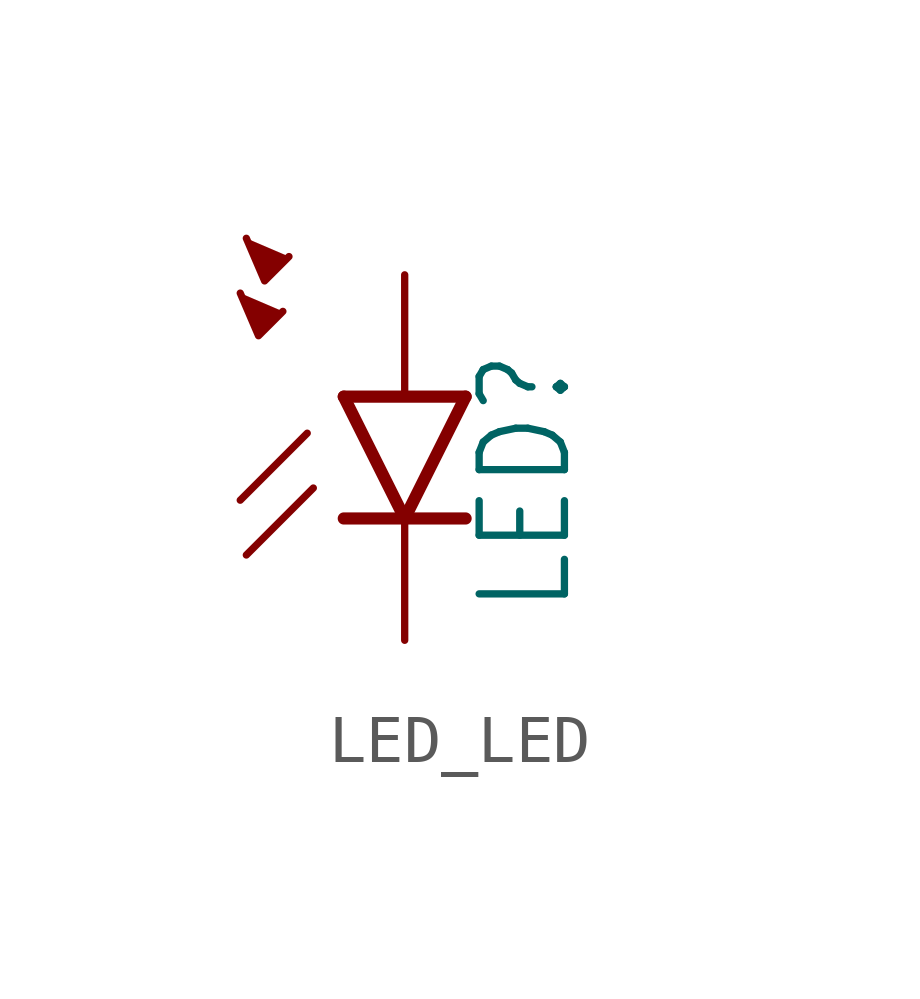
<source format=kicad_sym>
(kicad_symbol_lib
  (version 20241209)
  (generator "kicad_symbol_editor")
  (generator_version "9.0")
  (symbol "LED_LED"
    (property "Reference" "LED"
      (at 3.556 -4.572 90)
      (effects (font (size 1.778 1.511)) (justify left bottom)))
    (property "Value" ""
      (at 5.715 -4.572 90)
      (effects (font (size 1.778 1.511)) (justify left bottom)))
    (property "ki_locked" ""
      (at 0 0 0)
      (effects (font (size 1.27 1.27))))
    (symbol "LED_LED_1_0"
      (polyline (pts (xy -3.429 2.159) (xy -3.048 1.27) (xy -2.54 1.778)) (stroke (width 0.152) (type solid)) (fill (type outline)))
      (polyline (pts (xy -3.302 3.302) (xy -2.921 2.413) (xy -2.413 2.921)) (stroke (width 0.152) (type solid)) (fill (type outline)))
      (polyline (pts (xy -2.032 -0.762) (xy -3.429 -2.159)) (stroke (width 0.152) (type solid)) (fill (type none)))
      (polyline (pts (xy -1.905 -1.905) (xy -3.302 -3.302)) (stroke (width 0.152) (type solid)) (fill (type none)))
      (polyline (pts (xy 0 -2.54) (xy -1.27 0)) (stroke (width 0.254) (type solid)) (fill (type none)))
      (polyline (pts (xy 0 -2.54) (xy -1.27 -2.54)) (stroke (width 0.254) (type solid)) (fill (type none)))
      (polyline (pts (xy 1.27 0) (xy -1.27 0)) (stroke (width 0.254) (type solid)) (fill (type none)))
      (polyline (pts (xy 1.27 0) (xy 0 -2.54)) (stroke (width 0.254) (type solid)) (fill (type none)))
      (polyline (pts (xy 1.27 -2.54) (xy 0 -2.54)) (stroke (width 0.254) (type solid)) (fill (type none)))
      (pin passive line (at 0 2.54 270) (length 2.54) (name "A" (effects (font (size 0 0)))) (number "A@1" (effects (font (size 0 0)))))
      (pin passive line (at 0 -5.08 90) (length 2.54) (name "C" (effects (font (size 0 0)))) (number "C@1" (effects (font (size 0 0))))))))
</source>
